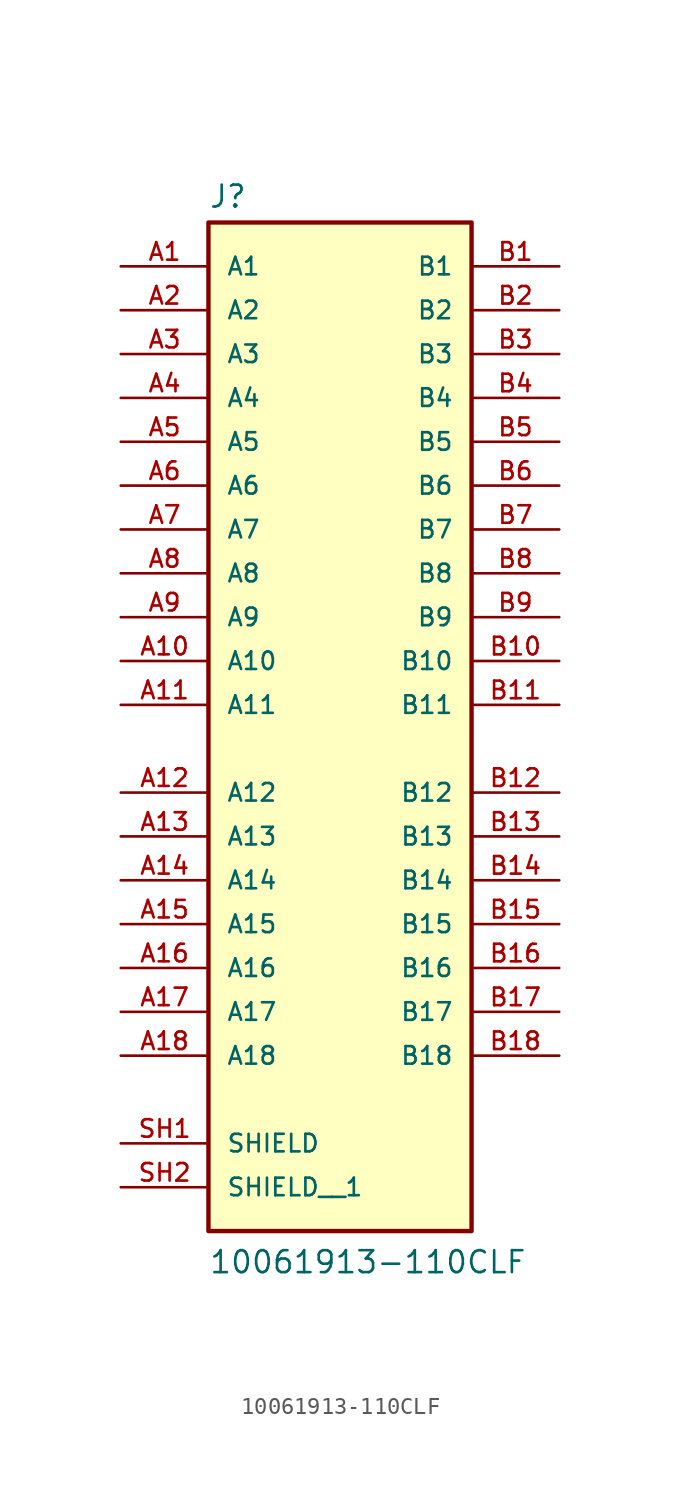
<source format=kicad_sym>
(kicad_symbol_lib
  (version 20211014)
  (generator kicad_symbol_editor)
  (symbol "10061913-110CLF"
    (pin_names
      (offset 1.016))
    (property "Reference" "J"
      (at -7.62 28.702 0)
      (effects (font (size 1.27 1.27)) (justify bottom left)))
    (property "Value" "10061913-110CLF"
      (at -7.62 -33.02 0)
      (effects (font (size 1.27 1.27)) (justify bottom left)))
    (symbol "10061913-110CLF_0_0"
      (rectangle (start -7.62 -30.48) (end 7.62 27.94) (stroke (width 0.254)) (fill (type background)))
      (pin passive line (at -12.7 25.4 0) (length 5.08) (name "A1" (effects (font (size 1.016 1.016)))) (number "A1" (effects (font (size 1.016 1.016)))))
      (pin passive line (at 12.7 25.4 180.0) (length 5.08) (name "B1" (effects (font (size 1.016 1.016)))) (number "B1" (effects (font (size 1.016 1.016)))))
      (pin passive line (at -12.7 22.86 0) (length 5.08) (name "A2" (effects (font (size 1.016 1.016)))) (number "A2" (effects (font (size 1.016 1.016)))))
      (pin passive line (at -12.7 20.32 0) (length 5.08) (name "A3" (effects (font (size 1.016 1.016)))) (number "A3" (effects (font (size 1.016 1.016)))))
      (pin passive line (at -12.7 17.78 0) (length 5.08) (name "A4" (effects (font (size 1.016 1.016)))) (number "A4" (effects (font (size 1.016 1.016)))))
      (pin passive line (at -12.7 15.24 0) (length 5.08) (name "A5" (effects (font (size 1.016 1.016)))) (number "A5" (effects (font (size 1.016 1.016)))))
      (pin passive line (at -12.7 12.7 0) (length 5.08) (name "A6" (effects (font (size 1.016 1.016)))) (number "A6" (effects (font (size 1.016 1.016)))))
      (pin passive line (at -12.7 10.16 0) (length 5.08) (name "A7" (effects (font (size 1.016 1.016)))) (number "A7" (effects (font (size 1.016 1.016)))))
      (pin passive line (at -12.7 7.62 0) (length 5.08) (name "A8" (effects (font (size 1.016 1.016)))) (number "A8" (effects (font (size 1.016 1.016)))))
      (pin passive line (at -12.7 5.08 0) (length 5.08) (name "A9" (effects (font (size 1.016 1.016)))) (number "A9" (effects (font (size 1.016 1.016)))))
      (pin passive line (at -12.7 2.54 0) (length 5.08) (name "A10" (effects (font (size 1.016 1.016)))) (number "A10" (effects (font (size 1.016 1.016)))))
      (pin passive line (at -12.7 0.0 0) (length 5.08) (name "A11" (effects (font (size 1.016 1.016)))) (number "A11" (effects (font (size 1.016 1.016)))))
      (pin passive line (at -12.7 -5.08 0) (length 5.08) (name "A12" (effects (font (size 1.016 1.016)))) (number "A12" (effects (font (size 1.016 1.016)))))
      (pin passive line (at -12.7 -7.62 0) (length 5.08) (name "A13" (effects (font (size 1.016 1.016)))) (number "A13" (effects (font (size 1.016 1.016)))))
      (pin passive line (at -12.7 -10.16 0) (length 5.08) (name "A14" (effects (font (size 1.016 1.016)))) (number "A14" (effects (font (size 1.016 1.016)))))
      (pin passive line (at -12.7 -12.7 0) (length 5.08) (name "A15" (effects (font (size 1.016 1.016)))) (number "A15" (effects (font (size 1.016 1.016)))))
      (pin passive line (at -12.7 -15.24 0) (length 5.08) (name "A16" (effects (font (size 1.016 1.016)))) (number "A16" (effects (font (size 1.016 1.016)))))
      (pin passive line (at -12.7 -17.78 0) (length 5.08) (name "A17" (effects (font (size 1.016 1.016)))) (number "A17" (effects (font (size 1.016 1.016)))))
      (pin passive line (at -12.7 -20.32 0) (length 5.08) (name "A18" (effects (font (size 1.016 1.016)))) (number "A18" (effects (font (size 1.016 1.016)))))
      (pin passive line (at 12.7 22.86 180.0) (length 5.08) (name "B2" (effects (font (size 1.016 1.016)))) (number "B2" (effects (font (size 1.016 1.016)))))
      (pin passive line (at 12.7 20.32 180.0) (length 5.08) (name "B3" (effects (font (size 1.016 1.016)))) (number "B3" (effects (font (size 1.016 1.016)))))
      (pin passive line (at 12.7 17.78 180.0) (length 5.08) (name "B4" (effects (font (size 1.016 1.016)))) (number "B4" (effects (font (size 1.016 1.016)))))
      (pin passive line (at 12.7 15.24 180.0) (length 5.08) (name "B5" (effects (font (size 1.016 1.016)))) (number "B5" (effects (font (size 1.016 1.016)))))
      (pin passive line (at 12.7 12.7 180.0) (length 5.08) (name "B6" (effects (font (size 1.016 1.016)))) (number "B6" (effects (font (size 1.016 1.016)))))
      (pin passive line (at 12.7 10.16 180.0) (length 5.08) (name "B7" (effects (font (size 1.016 1.016)))) (number "B7" (effects (font (size 1.016 1.016)))))
      (pin passive line (at 12.7 7.62 180.0) (length 5.08) (name "B8" (effects (font (size 1.016 1.016)))) (number "B8" (effects (font (size 1.016 1.016)))))
      (pin passive line (at 12.7 5.08 180.0) (length 5.08) (name "B9" (effects (font (size 1.016 1.016)))) (number "B9" (effects (font (size 1.016 1.016)))))
      (pin passive line (at 12.7 2.54 180.0) (length 5.08) (name "B10" (effects (font (size 1.016 1.016)))) (number "B10" (effects (font (size 1.016 1.016)))))
      (pin passive line (at 12.7 0.0 180.0) (length 5.08) (name "B11" (effects (font (size 1.016 1.016)))) (number "B11" (effects (font (size 1.016 1.016)))))
      (pin passive line (at 12.7 -5.08 180.0) (length 5.08) (name "B12" (effects (font (size 1.016 1.016)))) (number "B12" (effects (font (size 1.016 1.016)))))
      (pin passive line (at 12.7 -7.62 180.0) (length 5.08) (name "B13" (effects (font (size 1.016 1.016)))) (number "B13" (effects (font (size 1.016 1.016)))))
      (pin passive line (at 12.7 -10.16 180.0) (length 5.08) (name "B14" (effects (font (size 1.016 1.016)))) (number "B14" (effects (font (size 1.016 1.016)))))
      (pin passive line (at 12.7 -12.7 180.0) (length 5.08) (name "B15" (effects (font (size 1.016 1.016)))) (number "B15" (effects (font (size 1.016 1.016)))))
      (pin passive line (at 12.7 -15.24 180.0) (length 5.08) (name "B16" (effects (font (size 1.016 1.016)))) (number "B16" (effects (font (size 1.016 1.016)))))
      (pin passive line (at 12.7 -17.78 180.0) (length 5.08) (name "B17" (effects (font (size 1.016 1.016)))) (number "B17" (effects (font (size 1.016 1.016)))))
      (pin passive line (at 12.7 -20.32 180.0) (length 5.08) (name "B18" (effects (font (size 1.016 1.016)))) (number "B18" (effects (font (size 1.016 1.016)))))
      (pin passive line (at -12.7 -25.4 0) (length 5.08) (name "SHIELD" (effects (font (size 1.016 1.016)))) (number "SH1" (effects (font (size 1.016 1.016)))))
      (pin passive line (at -12.7 -27.94 0) (length 5.08) (name "SHIELD__1" (effects (font (size 1.016 1.016)))) (number "SH2" (effects (font (size 1.016 1.016))))))))
</source>
